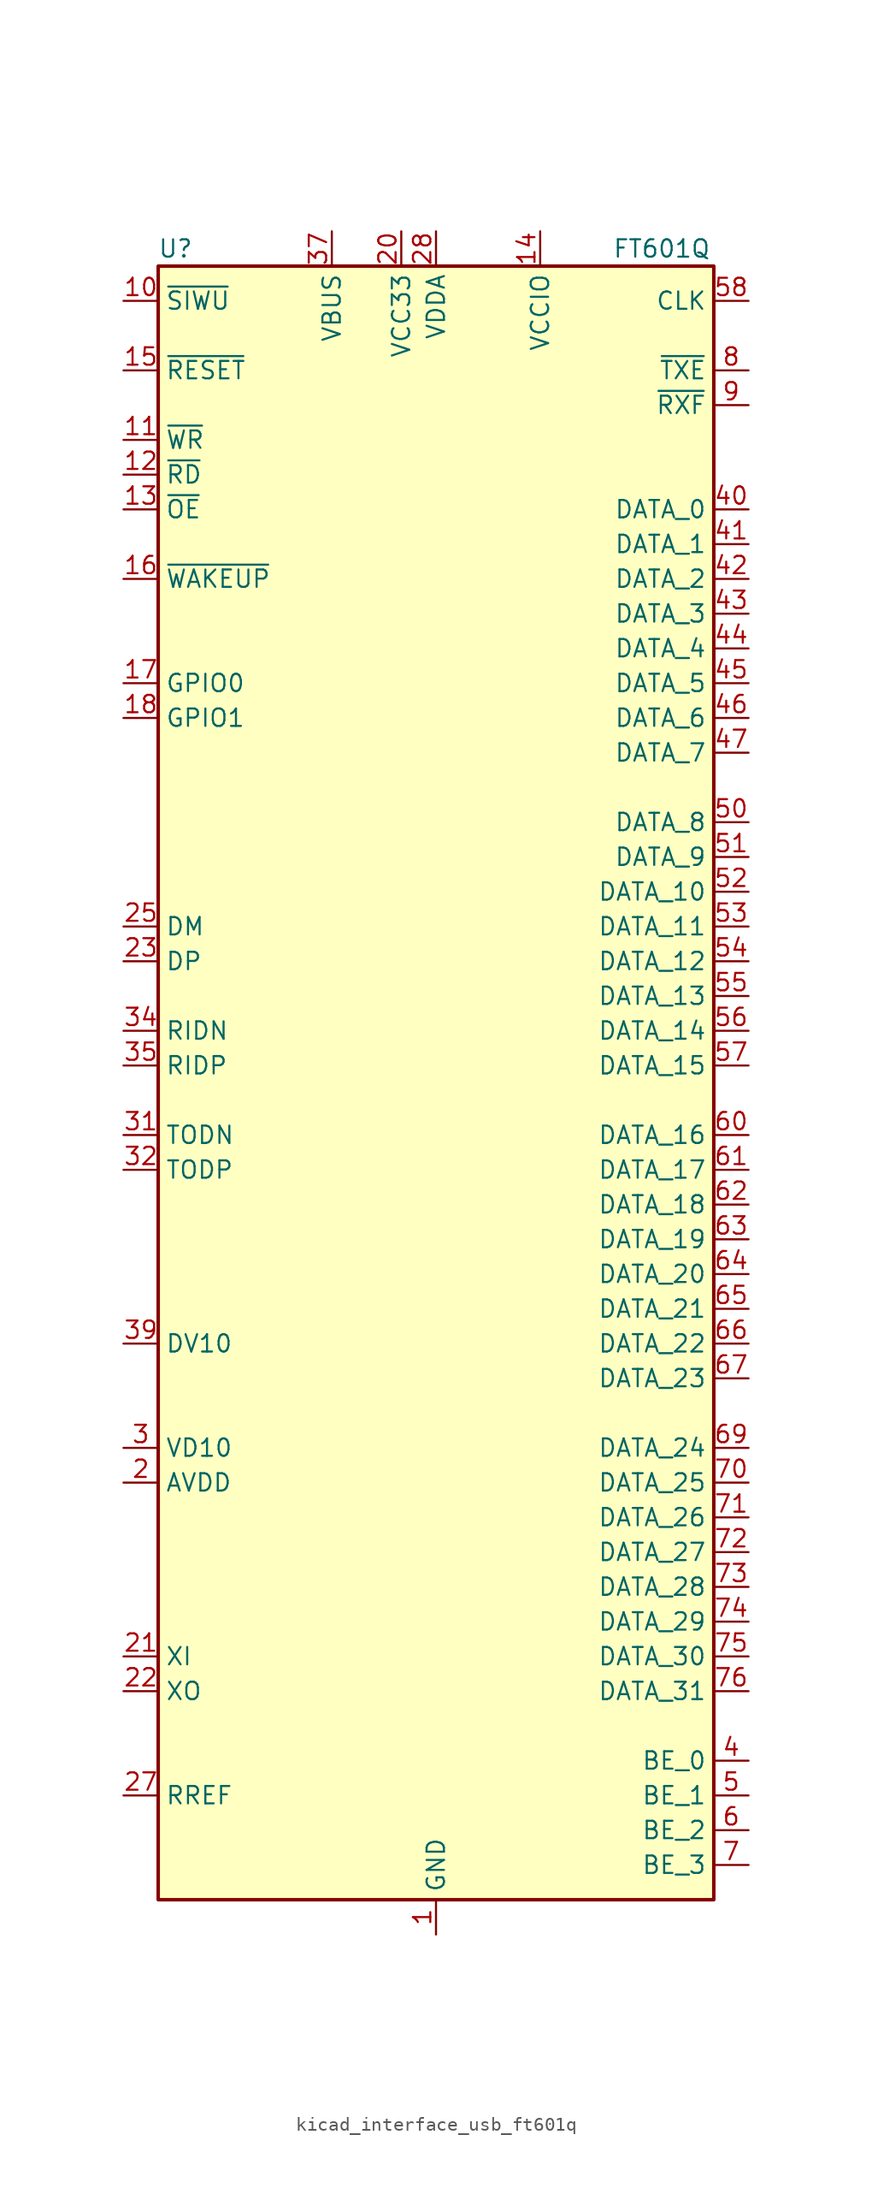
<source format=kicad_sym>
(kicad_symbol_lib
  (version 20220914)
  (generator kicad_symbol_editor)
  (symbol "kicad_interface_usb_ft601q"
    (property "Reference" "U"
      (at -19.05 62.23 0)
      (effects (font (size 1.27 1.27))))
    (property "Value" "FT601Q"
      (at 16.51 62.23 0)
      (effects (font (size 1.27 1.27))))
    (symbol "kicad_interface_usb_ft601q_0_1"
      (rectangle (start -20.32 60.96) (end 20.32 -58.42) (stroke (width 0.254) (type default)) (fill (type background))))
    (symbol "kicad_interface_usb_ft601q_1_1"
      (pin power_in line (at 0 -60.96 90) (length 2.54) (name "GND" (effects (font (size 1.27 1.27)))) (number "1" (effects (font (size 1.27 1.27)))))
      (pin input line (at -22.86 58.42 0) (length 2.54) (name "~{SIWU}" (effects (font (size 1.27 1.27)))) (number "10" (effects (font (size 1.27 1.27)))))
      (pin input line (at -22.86 48.26 0) (length 2.54) (name "~{WR}" (effects (font (size 1.27 1.27)))) (number "11" (effects (font (size 1.27 1.27)))))
      (pin input line (at -22.86 45.72 0) (length 2.54) (name "~{RD}" (effects (font (size 1.27 1.27)))) (number "12" (effects (font (size 1.27 1.27)))))
      (pin input line (at -22.86 43.18 0) (length 2.54) (name "~{OE}" (effects (font (size 1.27 1.27)))) (number "13" (effects (font (size 1.27 1.27)))))
      (pin power_in line (at 7.62 63.5 270) (length 2.54) (name "VCCIO" (effects (font (size 1.27 1.27)))) (number "14" (effects (font (size 1.27 1.27)))))
      (pin input line (at -22.86 53.34 0) (length 2.54) (name "~{RESET}" (effects (font (size 1.27 1.27)))) (number "15" (effects (font (size 1.27 1.27)))))
      (pin bidirectional line (at -22.86 38.1 0) (length 2.54) (name "~{WAKEUP}" (effects (font (size 1.27 1.27)))) (number "16" (effects (font (size 1.27 1.27)))))
      (pin bidirectional line (at -22.86 30.48 0) (length 2.54) (name "GPIO0" (effects (font (size 1.27 1.27)))) (number "17" (effects (font (size 1.27 1.27)))))
      (pin bidirectional line (at -22.86 27.94 0) (length 2.54) (name "GPIO1" (effects (font (size 1.27 1.27)))) (number "18" (effects (font (size 1.27 1.27)))))
      (pin no_connect line (at -20.32 -48.26 0) (length 2.54) hide (name "Reserved" (effects (font (size 1.27 1.27)))) (number "19" (effects (font (size 1.27 1.27)))))
      (pin power_in line (at -22.86 -27.94 0) (length 2.54) (name "AVDD" (effects (font (size 1.27 1.27)))) (number "2" (effects (font (size 1.27 1.27)))))
      (pin power_in line (at -2.54 63.5 270) (length 2.54) (name "VCC33" (effects (font (size 1.27 1.27)))) (number "20" (effects (font (size 1.27 1.27)))))
      (pin input line (at -22.86 -40.64 0) (length 2.54) (name "XI" (effects (font (size 1.27 1.27)))) (number "21" (effects (font (size 1.27 1.27)))))
      (pin output line (at -22.86 -43.18 0) (length 2.54) (name "XO" (effects (font (size 1.27 1.27)))) (number "22" (effects (font (size 1.27 1.27)))))
      (pin bidirectional line (at -22.86 10.16 0) (length 2.54) (name "DP" (effects (font (size 1.27 1.27)))) (number "23" (effects (font (size 1.27 1.27)))))
      (pin passive line (at -2.54 63.5 270) (length 2.54) hide (name "VCC33" (effects (font (size 1.27 1.27)))) (number "24" (effects (font (size 1.27 1.27)))))
      (pin bidirectional line (at -22.86 12.7 0) (length 2.54) (name "DM" (effects (font (size 1.27 1.27)))) (number "25" (effects (font (size 1.27 1.27)))))
      (pin passive line (at 0 -60.96 90) (length 2.54) hide (name "GND" (effects (font (size 1.27 1.27)))) (number "26" (effects (font (size 1.27 1.27)))))
      (pin input line (at -22.86 -50.8 0) (length 2.54) (name "RREF" (effects (font (size 1.27 1.27)))) (number "27" (effects (font (size 1.27 1.27)))))
      (pin power_in line (at 0 63.5 270) (length 2.54) (name "VDDA" (effects (font (size 1.27 1.27)))) (number "28" (effects (font (size 1.27 1.27)))))
      (pin passive line (at 0 -60.96 90) (length 2.54) hide (name "GND" (effects (font (size 1.27 1.27)))) (number "29" (effects (font (size 1.27 1.27)))))
      (pin power_in line (at -22.86 -25.4 0) (length 2.54) (name "VD10" (effects (font (size 1.27 1.27)))) (number "3" (effects (font (size 1.27 1.27)))))
      (pin passive line (at -22.86 -25.4 0) (length 2.54) hide (name "VD10" (effects (font (size 1.27 1.27)))) (number "30" (effects (font (size 1.27 1.27)))))
      (pin output line (at -22.86 -2.54 0) (length 2.54) (name "TODN" (effects (font (size 1.27 1.27)))) (number "31" (effects (font (size 1.27 1.27)))))
      (pin output line (at -22.86 -5.08 0) (length 2.54) (name "TODP" (effects (font (size 1.27 1.27)))) (number "32" (effects (font (size 1.27 1.27)))))
      (pin passive line (at -22.86 -25.4 0) (length 2.54) hide (name "VD10" (effects (font (size 1.27 1.27)))) (number "33" (effects (font (size 1.27 1.27)))))
      (pin input line (at -22.86 5.08 0) (length 2.54) (name "RIDN" (effects (font (size 1.27 1.27)))) (number "34" (effects (font (size 1.27 1.27)))))
      (pin input line (at -22.86 2.54 0) (length 2.54) (name "RIDP" (effects (font (size 1.27 1.27)))) (number "35" (effects (font (size 1.27 1.27)))))
      (pin passive line (at 0 -60.96 90) (length 2.54) hide (name "GND" (effects (font (size 1.27 1.27)))) (number "36" (effects (font (size 1.27 1.27)))))
      (pin power_in line (at -7.62 63.5 270) (length 2.54) (name "VBUS" (effects (font (size 1.27 1.27)))) (number "37" (effects (font (size 1.27 1.27)))))
      (pin passive line (at -2.54 63.5 270) (length 2.54) hide (name "VCC33" (effects (font (size 1.27 1.27)))) (number "38" (effects (font (size 1.27 1.27)))))
      (pin power_out line (at -22.86 -17.78 0) (length 2.54) (name "DV10" (effects (font (size 1.27 1.27)))) (number "39" (effects (font (size 1.27 1.27)))))
      (pin bidirectional line (at 22.86 -48.26 180) (length 2.54) (name "BE_0" (effects (font (size 1.27 1.27)))) (number "4" (effects (font (size 1.27 1.27)))))
      (pin bidirectional line (at 22.86 43.18 180) (length 2.54) (name "DATA_0" (effects (font (size 1.27 1.27)))) (number "40" (effects (font (size 1.27 1.27)))))
      (pin bidirectional line (at 22.86 40.64 180) (length 2.54) (name "DATA_1" (effects (font (size 1.27 1.27)))) (number "41" (effects (font (size 1.27 1.27)))))
      (pin bidirectional line (at 22.86 38.1 180) (length 2.54) (name "DATA_2" (effects (font (size 1.27 1.27)))) (number "42" (effects (font (size 1.27 1.27)))))
      (pin bidirectional line (at 22.86 35.56 180) (length 2.54) (name "DATA_3" (effects (font (size 1.27 1.27)))) (number "43" (effects (font (size 1.27 1.27)))))
      (pin bidirectional line (at 22.86 33.02 180) (length 2.54) (name "DATA_4" (effects (font (size 1.27 1.27)))) (number "44" (effects (font (size 1.27 1.27)))))
      (pin bidirectional line (at 22.86 30.48 180) (length 2.54) (name "DATA_5" (effects (font (size 1.27 1.27)))) (number "45" (effects (font (size 1.27 1.27)))))
      (pin bidirectional line (at 22.86 27.94 180) (length 2.54) (name "DATA_6" (effects (font (size 1.27 1.27)))) (number "46" (effects (font (size 1.27 1.27)))))
      (pin bidirectional line (at 22.86 25.4 180) (length 2.54) (name "DATA_7" (effects (font (size 1.27 1.27)))) (number "47" (effects (font (size 1.27 1.27)))))
      (pin passive line (at -22.86 -25.4 0) (length 2.54) hide (name "VD10" (effects (font (size 1.27 1.27)))) (number "48" (effects (font (size 1.27 1.27)))))
      (pin passive line (at 7.62 63.5 270) (length 2.54) hide (name "VCCIO" (effects (font (size 1.27 1.27)))) (number "49" (effects (font (size 1.27 1.27)))))
      (pin bidirectional line (at 22.86 -50.8 180) (length 2.54) (name "BE_1" (effects (font (size 1.27 1.27)))) (number "5" (effects (font (size 1.27 1.27)))))
      (pin bidirectional line (at 22.86 20.32 180) (length 2.54) (name "DATA_8" (effects (font (size 1.27 1.27)))) (number "50" (effects (font (size 1.27 1.27)))))
      (pin bidirectional line (at 22.86 17.78 180) (length 2.54) (name "DATA_9" (effects (font (size 1.27 1.27)))) (number "51" (effects (font (size 1.27 1.27)))))
      (pin bidirectional line (at 22.86 15.24 180) (length 2.54) (name "DATA_10" (effects (font (size 1.27 1.27)))) (number "52" (effects (font (size 1.27 1.27)))))
      (pin bidirectional line (at 22.86 12.7 180) (length 2.54) (name "DATA_11" (effects (font (size 1.27 1.27)))) (number "53" (effects (font (size 1.27 1.27)))))
      (pin bidirectional line (at 22.86 10.16 180) (length 2.54) (name "DATA_12" (effects (font (size 1.27 1.27)))) (number "54" (effects (font (size 1.27 1.27)))))
      (pin bidirectional line (at 22.86 7.62 180) (length 2.54) (name "DATA_13" (effects (font (size 1.27 1.27)))) (number "55" (effects (font (size 1.27 1.27)))))
      (pin bidirectional line (at 22.86 5.08 180) (length 2.54) (name "DATA_14" (effects (font (size 1.27 1.27)))) (number "56" (effects (font (size 1.27 1.27)))))
      (pin bidirectional line (at 22.86 2.54 180) (length 2.54) (name "DATA_15" (effects (font (size 1.27 1.27)))) (number "57" (effects (font (size 1.27 1.27)))))
      (pin output line (at 22.86 58.42 180) (length 2.54) (name "CLK" (effects (font (size 1.27 1.27)))) (number "58" (effects (font (size 1.27 1.27)))))
      (pin passive line (at 7.62 63.5 270) (length 2.54) hide (name "VCCIO" (effects (font (size 1.27 1.27)))) (number "59" (effects (font (size 1.27 1.27)))))
      (pin bidirectional line (at 22.86 -53.34 180) (length 2.54) (name "BE_2" (effects (font (size 1.27 1.27)))) (number "6" (effects (font (size 1.27 1.27)))))
      (pin bidirectional line (at 22.86 -2.54 180) (length 2.54) (name "DATA_16" (effects (font (size 1.27 1.27)))) (number "60" (effects (font (size 1.27 1.27)))))
      (pin bidirectional line (at 22.86 -5.08 180) (length 2.54) (name "DATA_17" (effects (font (size 1.27 1.27)))) (number "61" (effects (font (size 1.27 1.27)))))
      (pin bidirectional line (at 22.86 -7.62 180) (length 2.54) (name "DATA_18" (effects (font (size 1.27 1.27)))) (number "62" (effects (font (size 1.27 1.27)))))
      (pin bidirectional line (at 22.86 -10.16 180) (length 2.54) (name "DATA_19" (effects (font (size 1.27 1.27)))) (number "63" (effects (font (size 1.27 1.27)))))
      (pin bidirectional line (at 22.86 -12.7 180) (length 2.54) (name "DATA_20" (effects (font (size 1.27 1.27)))) (number "64" (effects (font (size 1.27 1.27)))))
      (pin bidirectional line (at 22.86 -15.24 180) (length 2.54) (name "DATA_21" (effects (font (size 1.27 1.27)))) (number "65" (effects (font (size 1.27 1.27)))))
      (pin bidirectional line (at 22.86 -17.78 180) (length 2.54) (name "DATA_22" (effects (font (size 1.27 1.27)))) (number "66" (effects (font (size 1.27 1.27)))))
      (pin bidirectional line (at 22.86 -20.32 180) (length 2.54) (name "DATA_23" (effects (font (size 1.27 1.27)))) (number "67" (effects (font (size 1.27 1.27)))))
      (pin passive line (at 7.62 63.5 270) (length 2.54) hide (name "VCCIO" (effects (font (size 1.27 1.27)))) (number "68" (effects (font (size 1.27 1.27)))))
      (pin bidirectional line (at 22.86 -25.4 180) (length 2.54) (name "DATA_24" (effects (font (size 1.27 1.27)))) (number "69" (effects (font (size 1.27 1.27)))))
      (pin bidirectional line (at 22.86 -55.88 180) (length 2.54) (name "BE_3" (effects (font (size 1.27 1.27)))) (number "7" (effects (font (size 1.27 1.27)))))
      (pin bidirectional line (at 22.86 -27.94 180) (length 2.54) (name "DATA_25" (effects (font (size 1.27 1.27)))) (number "70" (effects (font (size 1.27 1.27)))))
      (pin bidirectional line (at 22.86 -30.48 180) (length 2.54) (name "DATA_26" (effects (font (size 1.27 1.27)))) (number "71" (effects (font (size 1.27 1.27)))))
      (pin bidirectional line (at 22.86 -33.02 180) (length 2.54) (name "DATA_27" (effects (font (size 1.27 1.27)))) (number "72" (effects (font (size 1.27 1.27)))))
      (pin bidirectional line (at 22.86 -35.56 180) (length 2.54) (name "DATA_28" (effects (font (size 1.27 1.27)))) (number "73" (effects (font (size 1.27 1.27)))))
      (pin bidirectional line (at 22.86 -38.1 180) (length 2.54) (name "DATA_29" (effects (font (size 1.27 1.27)))) (number "74" (effects (font (size 1.27 1.27)))))
      (pin bidirectional line (at 22.86 -40.64 180) (length 2.54) (name "DATA_30" (effects (font (size 1.27 1.27)))) (number "75" (effects (font (size 1.27 1.27)))))
      (pin bidirectional line (at 22.86 -43.18 180) (length 2.54) (name "DATA_31" (effects (font (size 1.27 1.27)))) (number "76" (effects (font (size 1.27 1.27)))))
      (pin passive line (at 0 -60.96 90) (length 2.54) hide (name "GND" (effects (font (size 1.27 1.27)))) (number "77" (effects (font (size 1.27 1.27)))))
      (pin output line (at 22.86 53.34 180) (length 2.54) (name "~{TXE}" (effects (font (size 1.27 1.27)))) (number "8" (effects (font (size 1.27 1.27)))))
      (pin output line (at 22.86 50.8 180) (length 2.54) (name "~{RXF}" (effects (font (size 1.27 1.27)))) (number "9" (effects (font (size 1.27 1.27))))))))
</source>
